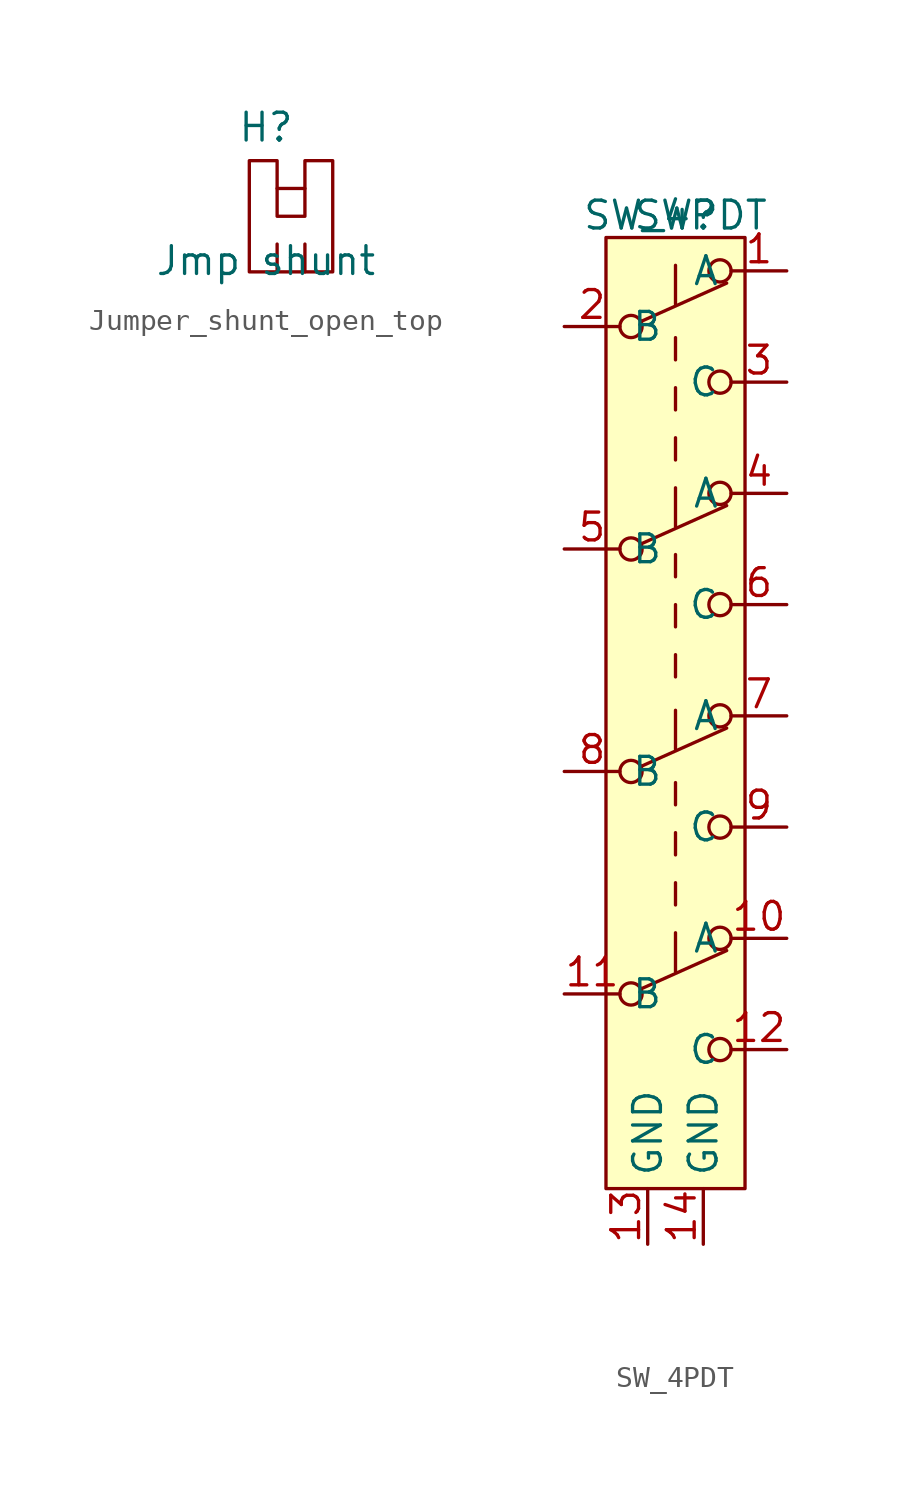
<source format=kicad_sym>
(kicad_symbol_lib
  (version 20241209)
  (generator "kicad_symbol_editor")
  (generator_version "9.0")
  (symbol "Jumper_shunt_open_top"
    (property "Reference" "H"
      (at 0.762 1.524 0)
      (effects (font (size 1.27 1.27))))
    (property "Value" "Jmp shunt"
      (at 0.762 -4.572 0)
      (effects (font (size 1.27 1.27))))
    (symbol "Jumper_shunt_open_top_0_1"
      (polyline (pts (xy 0 0) (xy 0 -5.08) (xy 3.81 -5.08) (xy 3.81 0) (xy 2.54 0) (xy 2.54 -2.54) (xy 1.27 -2.54) (xy 1.27 0) (xy 0 0)) (stroke (width 0) (type default)) (fill (type none)))
      (polyline (pts (xy 1.27 -1.27) (xy 2.54 -1.27)) (stroke (width 0) (type default)) (fill (type none)))
      (polyline (pts (xy 1.27 -5.08) (xy 1.27 -3.81)) (stroke (width 0) (type default)) (fill (type none)))
      (polyline (pts (xy 2.54 -5.08) (xy 2.54 -3.81)) (stroke (width 0) (type default)) (fill (type none)))))
  (symbol "SW_4PDT"
    (property "Reference" "SW"
      (at 0 0 0)
      (effects (font (size 1.27 1.27))))
    (property "Value" "SW_4PDT"
      (at 0 0 0)
      (effects (font (size 1.27 1.27))))
    (symbol "SW_4PDT_0_0"
      (circle (center -2.032 -5.08) (radius 0.508) (stroke (width 0) (type default)) (fill (type none)))
      (circle (center -2.032 -15.24) (radius 0.508) (stroke (width 0) (type default)) (fill (type none)))
      (circle (center -2.032 -25.4) (radius 0.508) (stroke (width 0) (type default)) (fill (type none)))
      (circle (center -2.032 -35.56) (radius 0.508) (stroke (width 0) (type default)) (fill (type none)))
      (circle (center 2.032 -7.62) (radius 0.508) (stroke (width 0) (type default)) (fill (type none)))
      (circle (center 2.032 -17.78) (radius 0.508) (stroke (width 0) (type default)) (fill (type none)))
      (circle (center 2.032 -22.86) (radius 0.508) (stroke (width 0) (type default)) (fill (type none)))
      (circle (center 2.032 -27.94) (radius 0.508) (stroke (width 0) (type default)) (fill (type none)))
      (circle (center 2.032 -33.02) (radius 0.508) (stroke (width 0) (type default)) (fill (type none)))
      (circle (center 2.032 -38.1) (radius 0.508) (stroke (width 0) (type default)) (fill (type none))))
    (symbol "SW_4PDT_0_1"
      (polyline (pts (xy -1.524 -4.826) (xy 2.337 -3.099)) (stroke (width 0) (type default)) (fill (type none)))
      (polyline (pts (xy -1.524 -14.986) (xy 2.337 -13.259)) (stroke (width 0) (type default)) (fill (type none)))
      (polyline (pts (xy -1.524 -25.146) (xy 2.337 -23.419)) (stroke (width 0) (type default)) (fill (type none)))
      (polyline (pts (xy -1.524 -35.306) (xy 2.337 -33.579)) (stroke (width 0) (type default)) (fill (type none)))
      (polyline (pts (xy 0 -2.286) (xy 0 -4.064)) (stroke (width 0) (type default)) (fill (type none)))
      (polyline (pts (xy 0 -6.604) (xy 0 -5.588)) (stroke (width 0) (type default)) (fill (type none)))
      (polyline (pts (xy 0 -8.89) (xy 0 -7.874)) (stroke (width 0) (type default)) (fill (type none)))
      (polyline (pts (xy 0 -11.176) (xy 0 -10.16)) (stroke (width 0) (type default)) (fill (type none)))
      (polyline (pts (xy 0 -12.446) (xy 0 -14.224)) (stroke (width 0) (type default)) (fill (type none)))
      (polyline (pts (xy 0 -16.51) (xy 0 -15.494)) (stroke (width 0) (type default)) (fill (type none)))
      (polyline (pts (xy 0 -18.796) (xy 0 -17.78)) (stroke (width 0) (type default)) (fill (type none)))
      (polyline (pts (xy 0 -21.082) (xy 0 -20.066)) (stroke (width 0) (type default)) (fill (type none)))
      (polyline (pts (xy 0 -22.606) (xy 0 -24.384)) (stroke (width 0) (type default)) (fill (type none)))
      (polyline (pts (xy 0 -26.924) (xy 0 -25.908)) (stroke (width 0) (type default)) (fill (type none)))
      (polyline (pts (xy 0 -29.21) (xy 0 -28.194)) (stroke (width 0) (type default)) (fill (type none)))
      (polyline (pts (xy 0 -31.496) (xy 0 -30.48)) (stroke (width 0) (type default)) (fill (type none)))
      (polyline (pts (xy 0 -32.766) (xy 0 -34.544)) (stroke (width 0) (type default)) (fill (type none)))
      (circle (center 2.032 -2.54) (radius 0.508) (stroke (width 0) (type default)) (fill (type none)))
      (circle (center 2.032 -12.7) (radius 0.508) (stroke (width 0) (type default)) (fill (type none))))
    (symbol "SW_4PDT_1_1"
      (rectangle (start -3.175 -1.016) (end 3.175 -44.45) (stroke (width 0) (type default)) (fill (type background)))
      (pin passive line (at -5.08 -5.08 0) (length 2.54) (name "B" (effects (font (size 1.27 1.27)))) (number "2" (effects (font (size 1.27 1.27)))))
      (pin passive line (at -5.08 -15.24 0) (length 2.54) (name "B" (effects (font (size 1.27 1.27)))) (number "5" (effects (font (size 1.27 1.27)))))
      (pin passive line (at -5.08 -25.4 0) (length 2.54) (name "B" (effects (font (size 1.27 1.27)))) (number "8" (effects (font (size 1.27 1.27)))))
      (pin passive line (at -5.08 -35.56 0) (length 2.54) (name "B" (effects (font (size 1.27 1.27)))) (number "11" (effects (font (size 1.27 1.27)))))
      (pin power_in line (at -1.27 -46.99 90) (length 2.54) (name "GND" (effects (font (size 1.27 1.27)))) (number "13" (effects (font (size 1.27 1.27)))))
      (pin power_in line (at 1.27 -46.99 90) (length 2.54) (name "GND" (effects (font (size 1.27 1.27)))) (number "14" (effects (font (size 1.27 1.27)))))
      (pin passive line (at 5.08 -2.54 180) (length 2.54) (name "A" (effects (font (size 1.27 1.27)))) (number "1" (effects (font (size 1.27 1.27)))))
      (pin passive line (at 5.08 -7.62 180) (length 2.54) (name "C" (effects (font (size 1.27 1.27)))) (number "3" (effects (font (size 1.27 1.27)))))
      (pin passive line (at 5.08 -12.7 180) (length 2.54) (name "A" (effects (font (size 1.27 1.27)))) (number "4" (effects (font (size 1.27 1.27)))))
      (pin passive line (at 5.08 -17.78 180) (length 2.54) (name "C" (effects (font (size 1.27 1.27)))) (number "6" (effects (font (size 1.27 1.27)))))
      (pin passive line (at 5.08 -22.86 180) (length 2.54) (name "A" (effects (font (size 1.27 1.27)))) (number "7" (effects (font (size 1.27 1.27)))))
      (pin passive line (at 5.08 -27.94 180) (length 2.54) (name "C" (effects (font (size 1.27 1.27)))) (number "9" (effects (font (size 1.27 1.27)))))
      (pin passive line (at 5.08 -33.02 180) (length 2.54) (name "A" (effects (font (size 1.27 1.27)))) (number "10" (effects (font (size 1.27 1.27)))))
      (pin passive line (at 5.08 -38.1 180) (length 2.54) (name "C" (effects (font (size 1.27 1.27)))) (number "12" (effects (font (size 1.27 1.27))))))))
</source>
